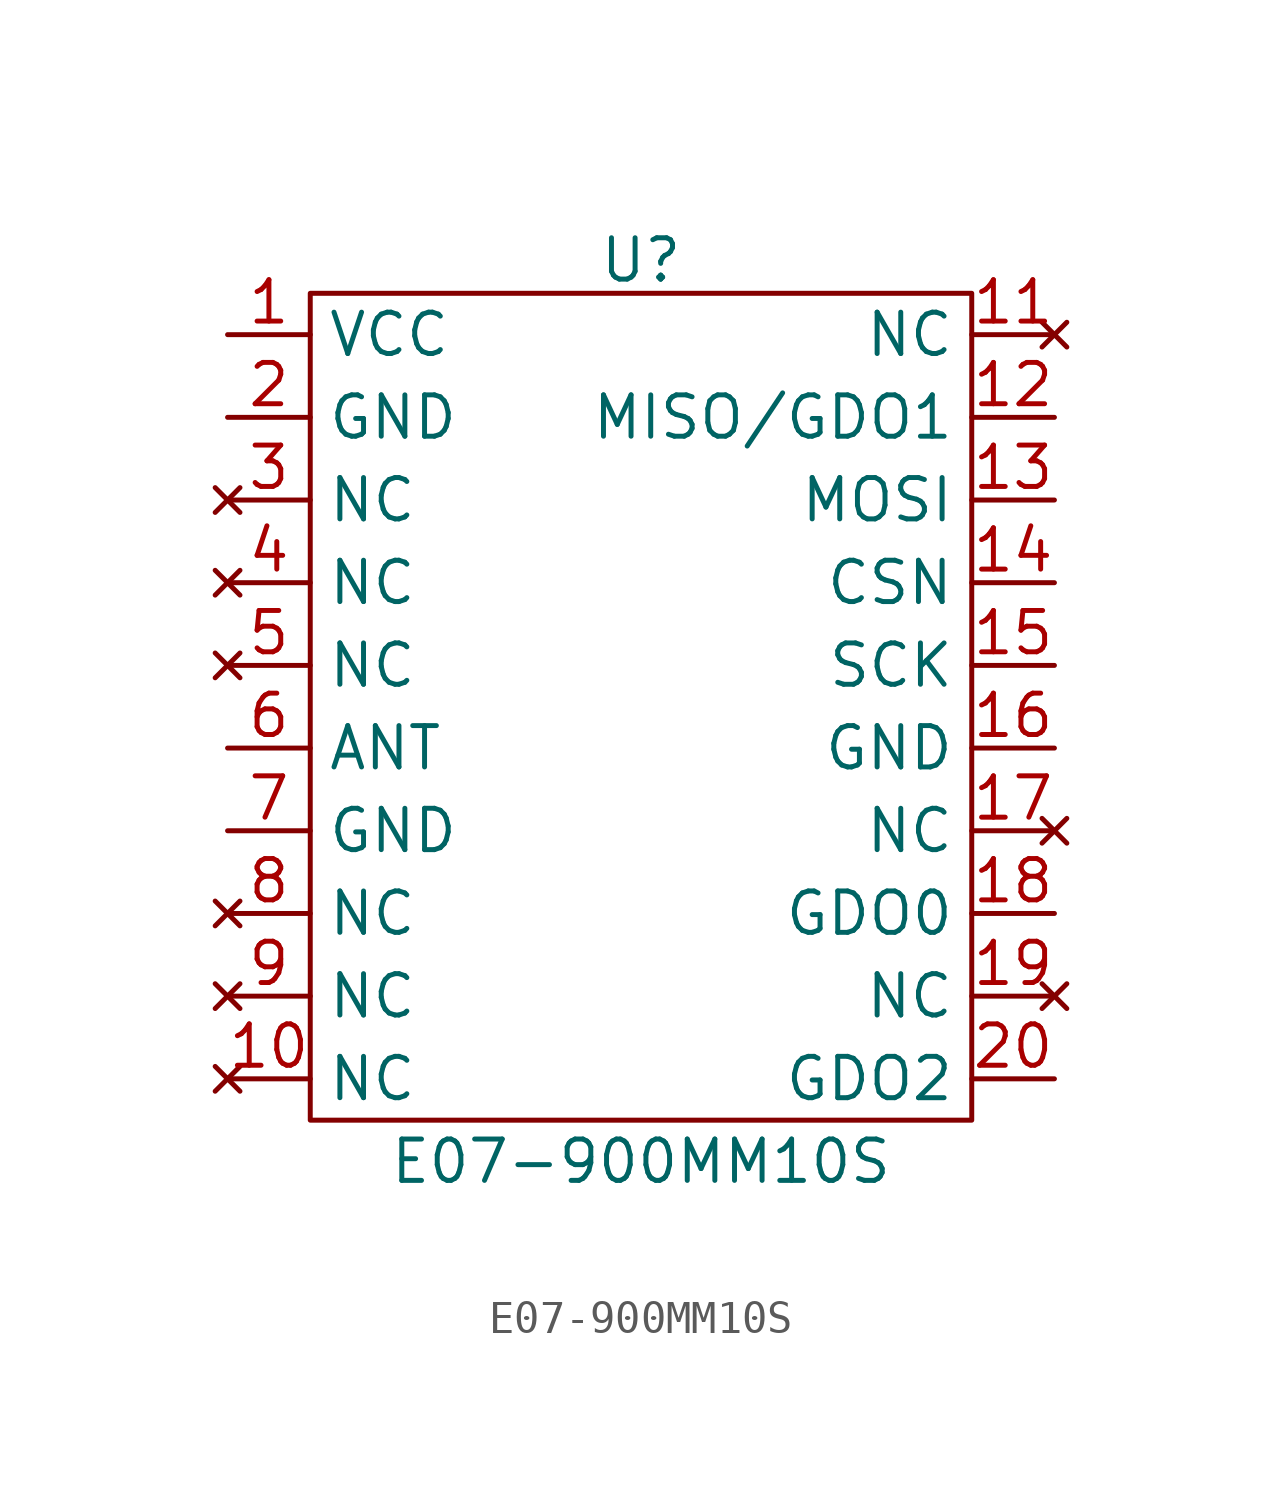
<source format=kicad_sym>
(kicad_symbol_lib
  (version 20231120)
  (generator "kicad_symbol_editor")
  (generator_version "8.0")
  (symbol "E07-900MM10S"
    (property "Reference" "U"
      (at 0 13.716 0)
      (effects (font (size 1.27 1.27))))
    (property "Value" "E07-900MM10S"
      (at 0 -13.97 0)
      (effects (font (size 1.27 1.27))))
    (symbol "E07-900MM10S_0_1"
      (rectangle (start -10.16 12.7) (end 10.16 -12.7) (stroke (width 0) (type default)) (fill (type none))))
    (symbol "E07-900MM10S_1_0"
      (pin no_connect line (at -12.7 -11.43 0) (length 2.54) (name "NC" (effects (font (size 1.27 1.27)))) (number "10" (effects (font (size 1.27 1.27)))))
      (pin no_connect line (at 12.7 11.43 180) (length 2.54) (name "NC" (effects (font (size 1.27 1.27)))) (number "11" (effects (font (size 1.27 1.27)))))
      (pin output line (at 12.7 8.89 180) (length 2.54) (name "MISO/GDO1" (effects (font (size 1.27 1.27)))) (number "12" (effects (font (size 1.27 1.27)))))
      (pin input line (at 12.7 6.35 180) (length 2.54) (name "MOSI" (effects (font (size 1.27 1.27)))) (number "13" (effects (font (size 1.27 1.27)))))
      (pin input line (at 12.7 3.81 180) (length 2.54) (name "CSN" (effects (font (size 1.27 1.27)))) (number "14" (effects (font (size 1.27 1.27)))))
      (pin input line (at 12.7 1.27 180) (length 2.54) (name "SCK" (effects (font (size 1.27 1.27)))) (number "15" (effects (font (size 1.27 1.27)))))
      (pin power_in line (at 12.7 -1.27 180) (length 2.54) (name "GND" (effects (font (size 1.27 1.27)))) (number "16" (effects (font (size 1.27 1.27)))))
      (pin no_connect line (at 12.7 -3.81 180) (length 2.54) (name "NC" (effects (font (size 1.27 1.27)))) (number "17" (effects (font (size 1.27 1.27)))))
      (pin output line (at 12.7 -6.35 180) (length 2.54) (name "GDO0" (effects (font (size 1.27 1.27)))) (number "18" (effects (font (size 1.27 1.27)))))
      (pin no_connect line (at 12.7 -8.89 180) (length 2.54) (name "NC" (effects (font (size 1.27 1.27)))) (number "19" (effects (font (size 1.27 1.27)))))
      (pin input line (at -12.7 8.89 0) (length 2.54) (name "GND" (effects (font (size 1.27 1.27)))) (number "2" (effects (font (size 1.27 1.27)))))
      (pin output line (at 12.7 -11.43 180) (length 2.54) (name "GDO2" (effects (font (size 1.27 1.27)))) (number "20" (effects (font (size 1.27 1.27)))))
      (pin no_connect line (at -12.7 6.35 0) (length 2.54) (name "NC" (effects (font (size 1.27 1.27)))) (number "3" (effects (font (size 1.27 1.27)))))
      (pin no_connect line (at -12.7 3.81 0) (length 2.54) (name "NC" (effects (font (size 1.27 1.27)))) (number "4" (effects (font (size 1.27 1.27)))))
      (pin no_connect line (at -12.7 1.27 0) (length 2.54) (name "NC" (effects (font (size 1.27 1.27)))) (number "5" (effects (font (size 1.27 1.27)))))
      (pin output line (at -12.7 -1.27 0) (length 2.54) (name "ANT" (effects (font (size 1.27 1.27)))) (number "6" (effects (font (size 1.27 1.27)))))
      (pin output line (at -12.7 -3.81 0) (length 2.54) (name "GND" (effects (font (size 1.27 1.27)))) (number "7" (effects (font (size 1.27 1.27)))))
      (pin no_connect line (at -12.7 -6.35 0) (length 2.54) (name "NC" (effects (font (size 1.27 1.27)))) (number "8" (effects (font (size 1.27 1.27)))))
      (pin no_connect line (at -12.7 -8.89 0) (length 2.54) (name "NC" (effects (font (size 1.27 1.27)))) (number "9" (effects (font (size 1.27 1.27))))))
    (symbol "E07-900MM10S_1_1"
      (pin input line (at -12.7 11.43 0) (length 2.54) (name "VCC" (effects (font (size 1.27 1.27)))) (number "1" (effects (font (size 1.27 1.27))))))))
</source>
